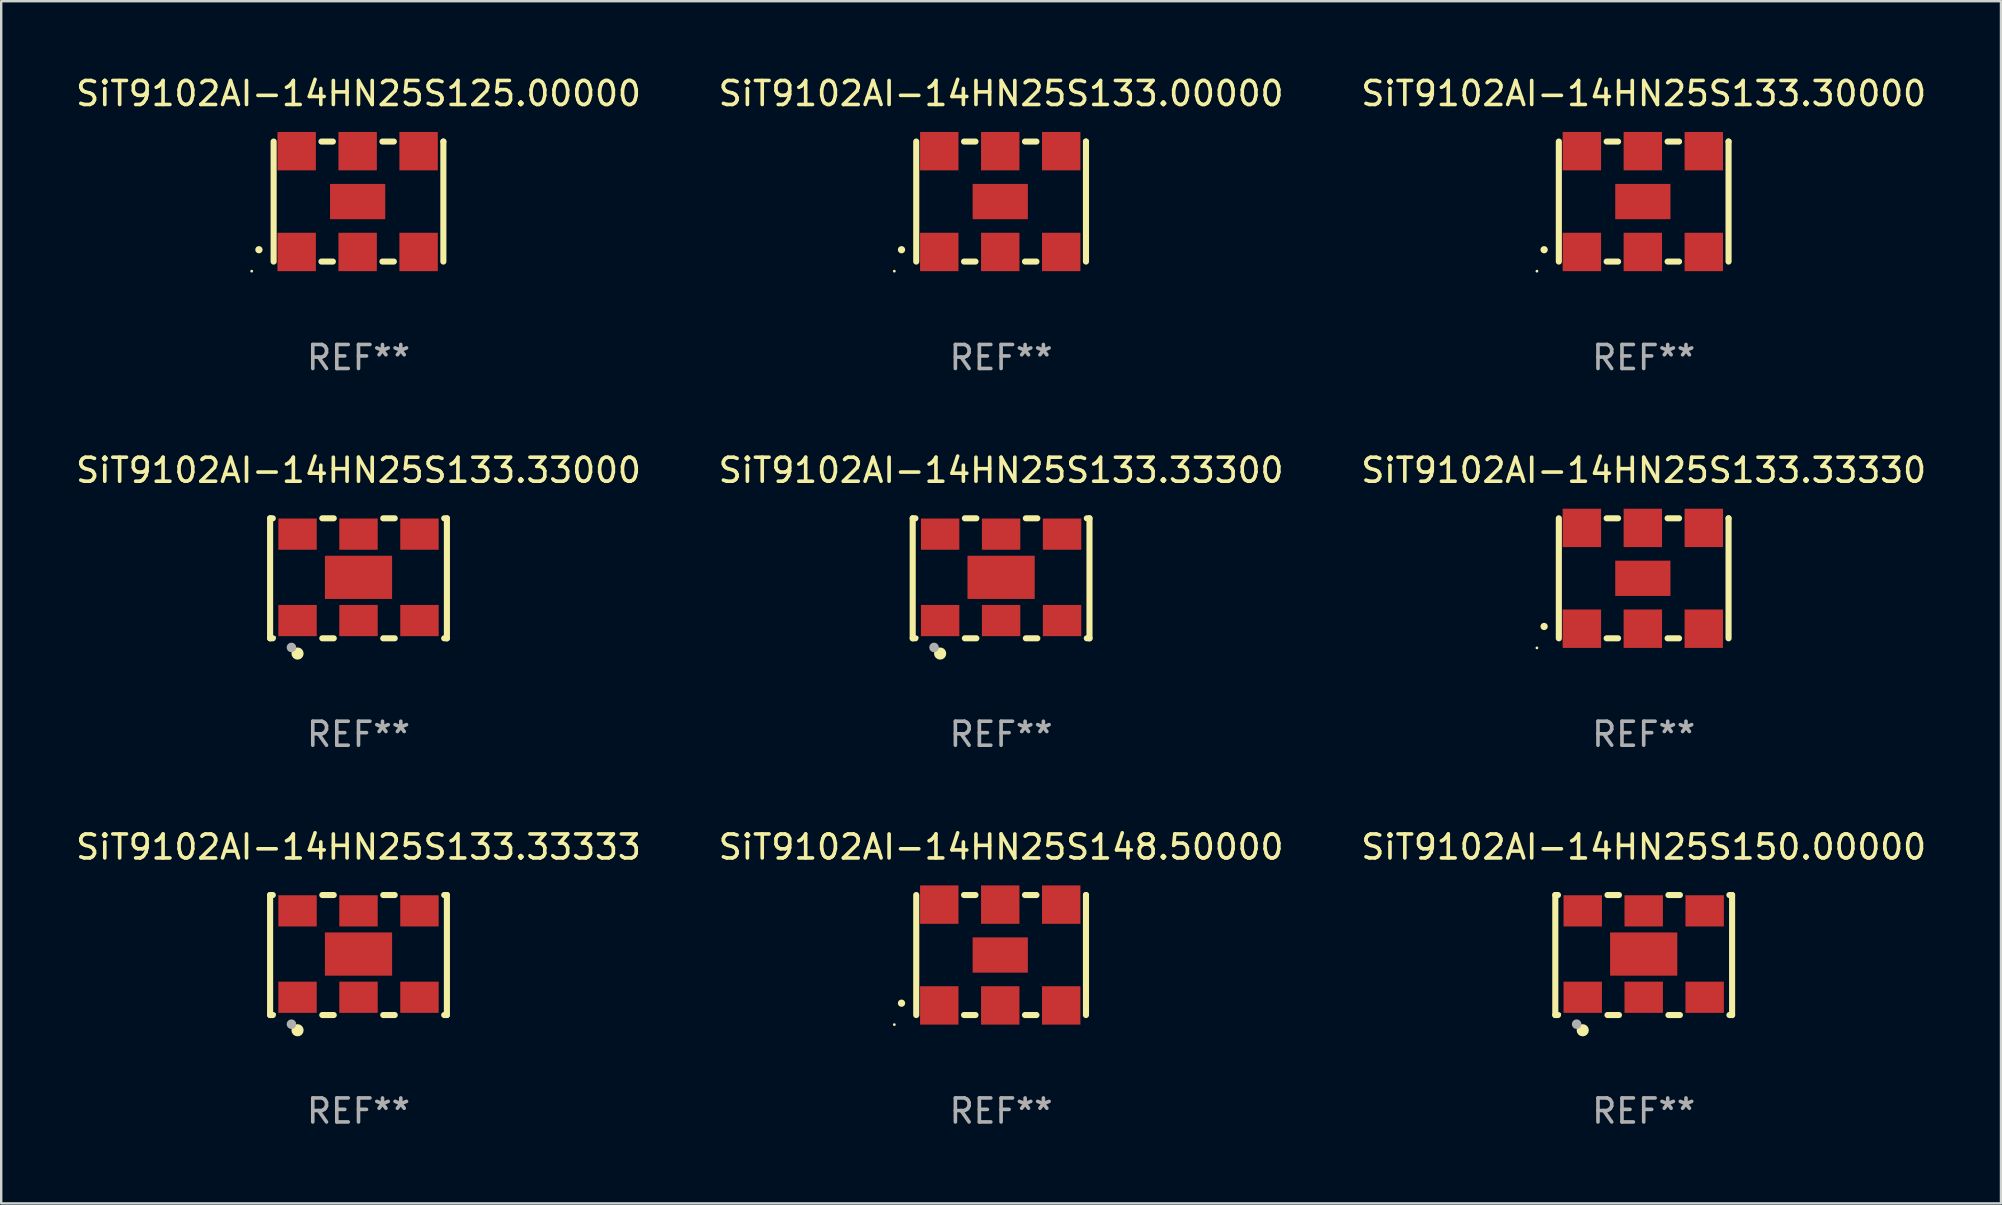
<source format=kicad_pcb>
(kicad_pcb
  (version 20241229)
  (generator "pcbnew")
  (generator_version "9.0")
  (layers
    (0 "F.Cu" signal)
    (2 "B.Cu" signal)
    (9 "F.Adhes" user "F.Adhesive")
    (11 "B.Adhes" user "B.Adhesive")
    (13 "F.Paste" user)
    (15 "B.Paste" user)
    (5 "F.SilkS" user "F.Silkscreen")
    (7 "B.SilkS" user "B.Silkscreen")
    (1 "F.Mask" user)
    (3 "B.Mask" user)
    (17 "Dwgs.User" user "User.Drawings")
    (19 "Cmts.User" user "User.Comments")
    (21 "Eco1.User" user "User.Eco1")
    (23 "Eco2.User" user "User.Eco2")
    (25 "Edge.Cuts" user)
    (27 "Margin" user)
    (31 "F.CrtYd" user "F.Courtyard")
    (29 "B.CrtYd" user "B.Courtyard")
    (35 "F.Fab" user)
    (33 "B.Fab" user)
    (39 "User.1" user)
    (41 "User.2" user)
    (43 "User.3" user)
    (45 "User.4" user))
  (footprint "SiT9102AI-14HN25S133.33333"
    (layer "F.Cu")
    (at 11.887 36.741)
    (property "Reference" "SiT9102AI-14HN25S133.33333" (at 0 -4.5 0) (layer "F.SilkS") (effects (font (size 1 1) (thickness 0.15))))
    (attr through_hole)
    (fp_line (start -3.683 -2.5) (end -3.571 -2.5) (stroke (width 0.254) (type solid)) (layer "F.SilkS"))
    (fp_line (start -3.683 2.5) (end -3.683 -2.5) (stroke (width 0.254) (type solid)) (layer "F.SilkS"))
    (fp_line (start -3.683 2.5) (end -3.571 2.5) (stroke (width 0.254) (type solid)) (layer "F.SilkS"))
    (fp_line (start -1.509 -2.5) (end -1.031 -2.5) (stroke (width 0.254) (type solid)) (layer "F.SilkS"))
    (fp_line (start -1.509 2.5) (end -1.031 2.5) (stroke (width 0.254) (type solid)) (layer "F.SilkS"))
    (fp_line (start 1.031 -2.5) (end 1.509 -2.5) (stroke (width 0.254) (type solid)) (layer "F.SilkS"))
    (fp_line (start 1.031 2.5) (end 1.509 2.5) (stroke (width 0.254) (type solid)) (layer "F.SilkS"))
    (fp_line (start 3.571 -2.5) (end 3.683 -2.5) (stroke (width 0.254) (type solid)) (layer "F.SilkS"))
    (fp_line (start 3.571 2.5) (end 3.683 2.5) (stroke (width 0.254) (type solid)) (layer "F.SilkS"))
    (fp_line (start 3.683 2.5) (end 3.683 -2.5) (stroke (width 0.254) (type solid)) (layer "F.SilkS"))
    (fp_circle (center -3.5 2.46) (end -3.47 2.46) (stroke (width 0.06) (type solid)) (fill no) (layer "F.SilkS"))
    (fp_circle (center -2.54 3.135) (end -2.413 3.135) (stroke (width 0.254) (type solid)) (fill no) (layer "F.SilkS"))
    (fp_circle (center -2.794 2.881) (end -2.694 2.881) (stroke (width 0.2) (type solid)) (fill no) (layer "F.Fab"))
    (fp_text user "REF**" (at 0 6.5 0) (layer "F.Fab") (effects (font (size 1 1) (thickness 0.15))))
    (pad "1" smd rect (at -2.54 1.76) (size 1.6 1.3) (layers "F.Cu" "F.Mask" "F.Paste"))
    (pad "2" smd rect (at 0 1.76) (size 1.6 1.3) (layers "F.Cu" "F.Mask" "F.Paste"))
    (pad "3" smd rect (at 2.54 1.76) (size 1.6 1.3) (layers "F.Cu" "F.Mask" "F.Paste"))
    (pad "4" smd rect (at 2.54 -1.84) (size 1.6 1.3) (layers "F.Cu" "F.Mask" "F.Paste"))
    (pad "5" smd rect (at 0 -1.84) (size 1.6 1.3) (layers "F.Cu" "F.Mask" "F.Paste"))
    (pad "6" smd rect (at -2.54 -1.84) (size 1.6 1.3) (layers "F.Cu" "F.Mask" "F.Paste"))
    (pad "7" smd rect (at 0 -0.04) (size 2.8 1.8) (layers "F.Cu" "F.Mask" "F.Paste")))
  (footprint "SiT9102AI-14HN25S133.00000"
    (layer "F.Cu")
    (at 38.661 5.348)
    (property "Reference" "SiT9102AI-14HN25S133.00000" (at 0 -4.5 0) (layer "F.SilkS") (effects (font (size 1 1) (thickness 0.15))))
    (attr through_hole)
    (fp_line (start -3.536 -2.5) (end -3.536 2.5) (stroke (width 0.254) (type solid)) (layer "F.SilkS"))
    (fp_line (start -1.544 2.5) (end -1.067 2.5) (stroke (width 0.254) (type solid)) (layer "F.SilkS"))
    (fp_line (start -1.067 -2.5) (end -1.544 -2.5) (stroke (width 0.254) (type solid)) (layer "F.SilkS"))
    (fp_line (start 0.996 2.5) (end 1.473 2.5) (stroke (width 0.254) (type solid)) (layer "F.SilkS"))
    (fp_line (start 1.473 -2.5) (end 0.996 -2.5) (stroke (width 0.254) (type solid)) (layer "F.SilkS"))
    (fp_line (start 3.536 -2.5) (end 3.536 -2.5) (stroke (width 0.254) (type solid)) (layer "F.SilkS"))
    (fp_line (start 3.536 2.5) (end 3.536 -2.5) (stroke (width 0.254) (type solid)) (layer "F.SilkS"))
    (fp_arc (start -4.150432 2.006604) (mid -4.149162 2.006599) (end -4.147892 2.006604) (stroke (width 0.3) (type solid)) (layer "F.SilkS"))
    (fp_circle (center -4.449 2.9) (end -4.419 2.9) (stroke (width 0.06) (type solid)) (fill no) (layer "F.SilkS"))
    (fp_text user "REF**" (at 0 6.5 0) (layer "F.Fab") (effects (font (size 1 1) (thickness 0.15))))
    (pad "1" smd rect (at -2.576 2.1) (size 1.6 1.6) (layers "F.Cu" "F.Mask" "F.Paste"))
    (pad "2" smd rect (at -0.036 2.1) (size 1.6 1.6) (layers "F.Cu" "F.Mask" "F.Paste"))
    (pad "3" smd rect (at 2.504 2.1) (size 1.6 1.6) (layers "F.Cu" "F.Mask" "F.Paste"))
    (pad "4" smd rect (at 2.504 -2.1) (size 1.6 1.6) (layers "F.Cu" "F.Mask" "F.Paste"))
    (pad "5" smd rect (at -0.036 -2.1) (size 1.6 1.6) (layers "F.Cu" "F.Mask" "F.Paste"))
    (pad "6" smd rect (at -2.576 -2.1) (size 1.6 1.6) (layers "F.Cu" "F.Mask" "F.Paste"))
    (pad "7" smd rect (at -0.036 0) (size 2.3 1.47) (layers "F.Cu" "F.Mask" "F.Paste")))
  (footprint "SiT9102AI-14HN25S133.33000"
    (layer "F.Cu")
    (at 11.887 21.045)
    (property "Reference" "SiT9102AI-14HN25S133.33000" (at 0 -4.5 0) (layer "F.SilkS") (effects (font (size 1 1) (thickness 0.15))))
    (attr through_hole)
    (fp_line (start -3.683 -2.5) (end -3.571 -2.5) (stroke (width 0.254) (type solid)) (layer "F.SilkS"))
    (fp_line (start -3.683 2.5) (end -3.683 -2.5) (stroke (width 0.254) (type solid)) (layer "F.SilkS"))
    (fp_line (start -3.683 2.5) (end -3.571 2.5) (stroke (width 0.254) (type solid)) (layer "F.SilkS"))
    (fp_line (start -1.509 -2.5) (end -1.031 -2.5) (stroke (width 0.254) (type solid)) (layer "F.SilkS"))
    (fp_line (start -1.509 2.5) (end -1.031 2.5) (stroke (width 0.254) (type solid)) (layer "F.SilkS"))
    (fp_line (start 1.031 -2.5) (end 1.509 -2.5) (stroke (width 0.254) (type solid)) (layer "F.SilkS"))
    (fp_line (start 1.031 2.5) (end 1.509 2.5) (stroke (width 0.254) (type solid)) (layer "F.SilkS"))
    (fp_line (start 3.571 -2.5) (end 3.683 -2.5) (stroke (width 0.254) (type solid)) (layer "F.SilkS"))
    (fp_line (start 3.571 2.5) (end 3.683 2.5) (stroke (width 0.254) (type solid)) (layer "F.SilkS"))
    (fp_line (start 3.683 2.5) (end 3.683 -2.5) (stroke (width 0.254) (type solid)) (layer "F.SilkS"))
    (fp_circle (center -3.5 2.46) (end -3.47 2.46) (stroke (width 0.06) (type solid)) (fill no) (layer "F.SilkS"))
    (fp_circle (center -2.54 3.135) (end -2.413 3.135) (stroke (width 0.254) (type solid)) (fill no) (layer "F.SilkS"))
    (fp_circle (center -2.794 2.881) (end -2.694 2.881) (stroke (width 0.2) (type solid)) (fill no) (layer "F.Fab"))
    (fp_text user "REF**" (at 0 6.5 0) (layer "F.Fab") (effects (font (size 1 1) (thickness 0.15))))
    (pad "1" smd rect (at -2.54 1.76) (size 1.6 1.3) (layers "F.Cu" "F.Mask" "F.Paste"))
    (pad "2" smd rect (at 0 1.76) (size 1.6 1.3) (layers "F.Cu" "F.Mask" "F.Paste"))
    (pad "3" smd rect (at 2.54 1.76) (size 1.6 1.3) (layers "F.Cu" "F.Mask" "F.Paste"))
    (pad "4" smd rect (at 2.54 -1.84) (size 1.6 1.3) (layers "F.Cu" "F.Mask" "F.Paste"))
    (pad "5" smd rect (at 0 -1.84) (size 1.6 1.3) (layers "F.Cu" "F.Mask" "F.Paste"))
    (pad "6" smd rect (at -2.54 -1.84) (size 1.6 1.3) (layers "F.Cu" "F.Mask" "F.Paste"))
    (pad "7" smd rect (at 0 -0.04) (size 2.8 1.8) (layers "F.Cu" "F.Mask" "F.Paste")))
  (footprint "SiT9102AI-14HN25S133.30000"
    (layer "F.Cu")
    (at 65.435 5.348)
    (property "Reference" "SiT9102AI-14HN25S133.30000" (at 0 -4.5 0) (layer "F.SilkS") (effects (font (size 1 1) (thickness 0.15))))
    (attr through_hole)
    (fp_line (start -3.536 -2.5) (end -3.536 2.5) (stroke (width 0.254) (type solid)) (layer "F.SilkS"))
    (fp_line (start -1.544 2.5) (end -1.067 2.5) (stroke (width 0.254) (type solid)) (layer "F.SilkS"))
    (fp_line (start -1.067 -2.5) (end -1.544 -2.5) (stroke (width 0.254) (type solid)) (layer "F.SilkS"))
    (fp_line (start 0.996 2.5) (end 1.473 2.5) (stroke (width 0.254) (type solid)) (layer "F.SilkS"))
    (fp_line (start 1.473 -2.5) (end 0.996 -2.5) (stroke (width 0.254) (type solid)) (layer "F.SilkS"))
    (fp_line (start 3.536 -2.5) (end 3.536 -2.5) (stroke (width 0.254) (type solid)) (layer "F.SilkS"))
    (fp_line (start 3.536 2.5) (end 3.536 -2.5) (stroke (width 0.254) (type solid)) (layer "F.SilkS"))
    (fp_arc (start -4.150432 2.006604) (mid -4.149162 2.006599) (end -4.147892 2.006604) (stroke (width 0.3) (type solid)) (layer "F.SilkS"))
    (fp_circle (center -4.449 2.9) (end -4.419 2.9) (stroke (width 0.06) (type solid)) (fill no) (layer "F.SilkS"))
    (fp_text user "REF**" (at 0 6.5 0) (layer "F.Fab") (effects (font (size 1 1) (thickness 0.15))))
    (pad "1" smd rect (at -2.576 2.1) (size 1.6 1.6) (layers "F.Cu" "F.Mask" "F.Paste"))
    (pad "2" smd rect (at -0.036 2.1) (size 1.6 1.6) (layers "F.Cu" "F.Mask" "F.Paste"))
    (pad "3" smd rect (at 2.504 2.1) (size 1.6 1.6) (layers "F.Cu" "F.Mask" "F.Paste"))
    (pad "4" smd rect (at 2.504 -2.1) (size 1.6 1.6) (layers "F.Cu" "F.Mask" "F.Paste"))
    (pad "5" smd rect (at -0.036 -2.1) (size 1.6 1.6) (layers "F.Cu" "F.Mask" "F.Paste"))
    (pad "6" smd rect (at -2.576 -2.1) (size 1.6 1.6) (layers "F.Cu" "F.Mask" "F.Paste"))
    (pad "7" smd rect (at -0.036 0) (size 2.3 1.47) (layers "F.Cu" "F.Mask" "F.Paste")))
  (footprint "SiT9102AI-14HN25S148.50000"
    (layer "F.Cu")
    (at 38.661 36.741)
    (property "Reference" "SiT9102AI-14HN25S148.50000" (at 0 -4.5 0) (layer "F.SilkS") (effects (font (size 1 1) (thickness 0.15))))
    (attr through_hole)
    (fp_line (start -3.536 -2.5) (end -3.536 2.5) (stroke (width 0.254) (type solid)) (layer "F.SilkS"))
    (fp_line (start -1.544 2.5) (end -1.067 2.5) (stroke (width 0.254) (type solid)) (layer "F.SilkS"))
    (fp_line (start -1.067 -2.5) (end -1.544 -2.5) (stroke (width 0.254) (type solid)) (layer "F.SilkS"))
    (fp_line (start 0.996 2.5) (end 1.473 2.5) (stroke (width 0.254) (type solid)) (layer "F.SilkS"))
    (fp_line (start 1.473 -2.5) (end 0.996 -2.5) (stroke (width 0.254) (type solid)) (layer "F.SilkS"))
    (fp_line (start 3.536 -2.5) (end 3.536 -2.5) (stroke (width 0.254) (type solid)) (layer "F.SilkS"))
    (fp_line (start 3.536 2.5) (end 3.536 -2.5) (stroke (width 0.254) (type solid)) (layer "F.SilkS"))
    (fp_arc (start -4.150432 2.006604) (mid -4.149162 2.006599) (end -4.147892 2.006604) (stroke (width 0.3) (type solid)) (layer "F.SilkS"))
    (fp_circle (center -4.449 2.9) (end -4.419 2.9) (stroke (width 0.06) (type solid)) (fill no) (layer "F.SilkS"))
    (fp_text user "REF**" (at 0 6.5 0) (layer "F.Fab") (effects (font (size 1 1) (thickness 0.15))))
    (pad "1" smd rect (at -2.576 2.1) (size 1.6 1.6) (layers "F.Cu" "F.Mask" "F.Paste"))
    (pad "2" smd rect (at -0.036 2.1) (size 1.6 1.6) (layers "F.Cu" "F.Mask" "F.Paste"))
    (pad "3" smd rect (at 2.504 2.1) (size 1.6 1.6) (layers "F.Cu" "F.Mask" "F.Paste"))
    (pad "4" smd rect (at 2.504 -2.1) (size 1.6 1.6) (layers "F.Cu" "F.Mask" "F.Paste"))
    (pad "5" smd rect (at -0.036 -2.1) (size 1.6 1.6) (layers "F.Cu" "F.Mask" "F.Paste"))
    (pad "6" smd rect (at -2.576 -2.1) (size 1.6 1.6) (layers "F.Cu" "F.Mask" "F.Paste"))
    (pad "7" smd rect (at -0.036 0) (size 2.3 1.47) (layers "F.Cu" "F.Mask" "F.Paste")))
  (footprint "SiT9102AI-14HN25S125.00000"
    (layer "F.Cu")
    (at 11.887 5.348)
    (property "Reference" "SiT9102AI-14HN25S125.00000" (at 0 -4.5 0) (layer "F.SilkS") (effects (font (size 1 1) (thickness 0.15))))
    (attr through_hole)
    (fp_line (start -3.536 -2.5) (end -3.536 2.5) (stroke (width 0.254) (type solid)) (layer "F.SilkS"))
    (fp_line (start -1.544 2.5) (end -1.067 2.5) (stroke (width 0.254) (type solid)) (layer "F.SilkS"))
    (fp_line (start -1.067 -2.5) (end -1.544 -2.5) (stroke (width 0.254) (type solid)) (layer "F.SilkS"))
    (fp_line (start 0.996 2.5) (end 1.473 2.5) (stroke (width 0.254) (type solid)) (layer "F.SilkS"))
    (fp_line (start 1.473 -2.5) (end 0.996 -2.5) (stroke (width 0.254) (type solid)) (layer "F.SilkS"))
    (fp_line (start 3.536 -2.5) (end 3.536 -2.5) (stroke (width 0.254) (type solid)) (layer "F.SilkS"))
    (fp_line (start 3.536 2.5) (end 3.536 -2.5) (stroke (width 0.254) (type solid)) (layer "F.SilkS"))
    (fp_arc (start -4.150432 2.006604) (mid -4.149162 2.006599) (end -4.147892 2.006604) (stroke (width 0.3) (type solid)) (layer "F.SilkS"))
    (fp_circle (center -4.449 2.9) (end -4.419 2.9) (stroke (width 0.06) (type solid)) (fill no) (layer "F.SilkS"))
    (fp_text user "REF**" (at 0 6.5 0) (layer "F.Fab") (effects (font (size 1 1) (thickness 0.15))))
    (pad "1" smd rect (at -2.576 2.1) (size 1.6 1.6) (layers "F.Cu" "F.Mask" "F.Paste"))
    (pad "2" smd rect (at -0.036 2.1) (size 1.6 1.6) (layers "F.Cu" "F.Mask" "F.Paste"))
    (pad "3" smd rect (at 2.504 2.1) (size 1.6 1.6) (layers "F.Cu" "F.Mask" "F.Paste"))
    (pad "4" smd rect (at 2.504 -2.1) (size 1.6 1.6) (layers "F.Cu" "F.Mask" "F.Paste"))
    (pad "5" smd rect (at -0.036 -2.1) (size 1.6 1.6) (layers "F.Cu" "F.Mask" "F.Paste"))
    (pad "6" smd rect (at -2.576 -2.1) (size 1.6 1.6) (layers "F.Cu" "F.Mask" "F.Paste"))
    (pad "7" smd rect (at -0.036 0) (size 2.3 1.47) (layers "F.Cu" "F.Mask" "F.Paste")))
  (footprint "SiT9102AI-14HN25S133.33300"
    (layer "F.Cu")
    (at 38.661 21.045)
    (property "Reference" "SiT9102AI-14HN25S133.33300" (at 0 -4.5 0) (layer "F.SilkS") (effects (font (size 1 1) (thickness 0.15))))
    (attr through_hole)
    (fp_line (start -3.683 -2.5) (end -3.571 -2.5) (stroke (width 0.254) (type solid)) (layer "F.SilkS"))
    (fp_line (start -3.683 2.5) (end -3.683 -2.5) (stroke (width 0.254) (type solid)) (layer "F.SilkS"))
    (fp_line (start -3.683 2.5) (end -3.571 2.5) (stroke (width 0.254) (type solid)) (layer "F.SilkS"))
    (fp_line (start -1.509 -2.5) (end -1.031 -2.5) (stroke (width 0.254) (type solid)) (layer "F.SilkS"))
    (fp_line (start -1.509 2.5) (end -1.031 2.5) (stroke (width 0.254) (type solid)) (layer "F.SilkS"))
    (fp_line (start 1.031 -2.5) (end 1.509 -2.5) (stroke (width 0.254) (type solid)) (layer "F.SilkS"))
    (fp_line (start 1.031 2.5) (end 1.509 2.5) (stroke (width 0.254) (type solid)) (layer "F.SilkS"))
    (fp_line (start 3.571 -2.5) (end 3.683 -2.5) (stroke (width 0.254) (type solid)) (layer "F.SilkS"))
    (fp_line (start 3.571 2.5) (end 3.683 2.5) (stroke (width 0.254) (type solid)) (layer "F.SilkS"))
    (fp_line (start 3.683 2.5) (end 3.683 -2.5) (stroke (width 0.254) (type solid)) (layer "F.SilkS"))
    (fp_circle (center -3.5 2.46) (end -3.47 2.46) (stroke (width 0.06) (type solid)) (fill no) (layer "F.SilkS"))
    (fp_circle (center -2.54 3.135) (end -2.413 3.135) (stroke (width 0.254) (type solid)) (fill no) (layer "F.SilkS"))
    (fp_circle (center -2.794 2.881) (end -2.694 2.881) (stroke (width 0.2) (type solid)) (fill no) (layer "F.Fab"))
    (fp_text user "REF**" (at 0 6.5 0) (layer "F.Fab") (effects (font (size 1 1) (thickness 0.15))))
    (pad "1" smd rect (at -2.54 1.76) (size 1.6 1.3) (layers "F.Cu" "F.Mask" "F.Paste"))
    (pad "2" smd rect (at 0 1.76) (size 1.6 1.3) (layers "F.Cu" "F.Mask" "F.Paste"))
    (pad "3" smd rect (at 2.54 1.76) (size 1.6 1.3) (layers "F.Cu" "F.Mask" "F.Paste"))
    (pad "4" smd rect (at 2.54 -1.84) (size 1.6 1.3) (layers "F.Cu" "F.Mask" "F.Paste"))
    (pad "5" smd rect (at 0 -1.84) (size 1.6 1.3) (layers "F.Cu" "F.Mask" "F.Paste"))
    (pad "6" smd rect (at -2.54 -1.84) (size 1.6 1.3) (layers "F.Cu" "F.Mask" "F.Paste"))
    (pad "7" smd rect (at 0 -0.04) (size 2.8 1.8) (layers "F.Cu" "F.Mask" "F.Paste")))
  (footprint "SiT9102AI-14HN25S150.00000"
    (layer "F.Cu")
    (at 65.435 36.741)
    (property "Reference" "SiT9102AI-14HN25S150.00000" (at 0 -4.5 0) (layer "F.SilkS") (effects (font (size 1 1) (thickness 0.15))))
    (attr through_hole)
    (fp_line (start -3.683 -2.5) (end -3.571 -2.5) (stroke (width 0.254) (type solid)) (layer "F.SilkS"))
    (fp_line (start -3.683 2.5) (end -3.683 -2.5) (stroke (width 0.254) (type solid)) (layer "F.SilkS"))
    (fp_line (start -3.683 2.5) (end -3.571 2.5) (stroke (width 0.254) (type solid)) (layer "F.SilkS"))
    (fp_line (start -1.509 -2.5) (end -1.031 -2.5) (stroke (width 0.254) (type solid)) (layer "F.SilkS"))
    (fp_line (start -1.509 2.5) (end -1.031 2.5) (stroke (width 0.254) (type solid)) (layer "F.SilkS"))
    (fp_line (start 1.031 -2.5) (end 1.509 -2.5) (stroke (width 0.254) (type solid)) (layer "F.SilkS"))
    (fp_line (start 1.031 2.5) (end 1.509 2.5) (stroke (width 0.254) (type solid)) (layer "F.SilkS"))
    (fp_line (start 3.571 -2.5) (end 3.683 -2.5) (stroke (width 0.254) (type solid)) (layer "F.SilkS"))
    (fp_line (start 3.571 2.5) (end 3.683 2.5) (stroke (width 0.254) (type solid)) (layer "F.SilkS"))
    (fp_line (start 3.683 2.5) (end 3.683 -2.5) (stroke (width 0.254) (type solid)) (layer "F.SilkS"))
    (fp_circle (center -3.5 2.46) (end -3.47 2.46) (stroke (width 0.06) (type solid)) (fill no) (layer "F.SilkS"))
    (fp_circle (center -2.54 3.135) (end -2.413 3.135) (stroke (width 0.254) (type solid)) (fill no) (layer "F.SilkS"))
    (fp_circle (center -2.794 2.881) (end -2.694 2.881) (stroke (width 0.2) (type solid)) (fill no) (layer "F.Fab"))
    (fp_text user "REF**" (at 0 6.5 0) (layer "F.Fab") (effects (font (size 1 1) (thickness 0.15))))
    (pad "1" smd rect (at -2.54 1.76) (size 1.6 1.3) (layers "F.Cu" "F.Mask" "F.Paste"))
    (pad "2" smd rect (at 0 1.76) (size 1.6 1.3) (layers "F.Cu" "F.Mask" "F.Paste"))
    (pad "3" smd rect (at 2.54 1.76) (size 1.6 1.3) (layers "F.Cu" "F.Mask" "F.Paste"))
    (pad "4" smd rect (at 2.54 -1.84) (size 1.6 1.3) (layers "F.Cu" "F.Mask" "F.Paste"))
    (pad "5" smd rect (at 0 -1.84) (size 1.6 1.3) (layers "F.Cu" "F.Mask" "F.Paste"))
    (pad "6" smd rect (at -2.54 -1.84) (size 1.6 1.3) (layers "F.Cu" "F.Mask" "F.Paste"))
    (pad "7" smd rect (at 0 -0.04) (size 2.8 1.8) (layers "F.Cu" "F.Mask" "F.Paste")))
  (footprint "SiT9102AI-14HN25S133.33330"
    (layer "F.Cu")
    (at 65.435 21.045)
    (property "Reference" "SiT9102AI-14HN25S133.33330" (at 0 -4.5 0) (layer "F.SilkS") (effects (font (size 1 1) (thickness 0.15))))
    (attr through_hole)
    (fp_line (start -3.536 -2.5) (end -3.536 2.5) (stroke (width 0.254) (type solid)) (layer "F.SilkS"))
    (fp_line (start -1.544 2.5) (end -1.067 2.5) (stroke (width 0.254) (type solid)) (layer "F.SilkS"))
    (fp_line (start -1.067 -2.5) (end -1.544 -2.5) (stroke (width 0.254) (type solid)) (layer "F.SilkS"))
    (fp_line (start 0.996 2.5) (end 1.473 2.5) (stroke (width 0.254) (type solid)) (layer "F.SilkS"))
    (fp_line (start 1.473 -2.5) (end 0.996 -2.5) (stroke (width 0.254) (type solid)) (layer "F.SilkS"))
    (fp_line (start 3.536 -2.5) (end 3.536 -2.5) (stroke (width 0.254) (type solid)) (layer "F.SilkS"))
    (fp_line (start 3.536 2.5) (end 3.536 -2.5) (stroke (width 0.254) (type solid)) (layer "F.SilkS"))
    (fp_arc (start -4.150432 2.006604) (mid -4.149162 2.006599) (end -4.147892 2.006604) (stroke (width 0.3) (type solid)) (layer "F.SilkS"))
    (fp_circle (center -4.449 2.9) (end -4.419 2.9) (stroke (width 0.06) (type solid)) (fill no) (layer "F.SilkS"))
    (fp_text user "REF**" (at 0 6.5 0) (layer "F.Fab") (effects (font (size 1 1) (thickness 0.15))))
    (pad "1" smd rect (at -2.576 2.1) (size 1.6 1.6) (layers "F.Cu" "F.Mask" "F.Paste"))
    (pad "2" smd rect (at -0.036 2.1) (size 1.6 1.6) (layers "F.Cu" "F.Mask" "F.Paste"))
    (pad "3" smd rect (at 2.504 2.1) (size 1.6 1.6) (layers "F.Cu" "F.Mask" "F.Paste"))
    (pad "4" smd rect (at 2.504 -2.1) (size 1.6 1.6) (layers "F.Cu" "F.Mask" "F.Paste"))
    (pad "5" smd rect (at -0.036 -2.1) (size 1.6 1.6) (layers "F.Cu" "F.Mask" "F.Paste"))
    (pad "6" smd rect (at -2.576 -2.1) (size 1.6 1.6) (layers "F.Cu" "F.Mask" "F.Paste"))
    (pad "7" smd rect (at -0.036 0) (size 2.3 1.47) (layers "F.Cu" "F.Mask" "F.Paste")))
  (gr_rect
    (start -3 -3)
    (end 80.321 47.09)
    (stroke (width 0.1) (type default))
    (fill no)
    (layer "Edge.Cuts")))
</source>
